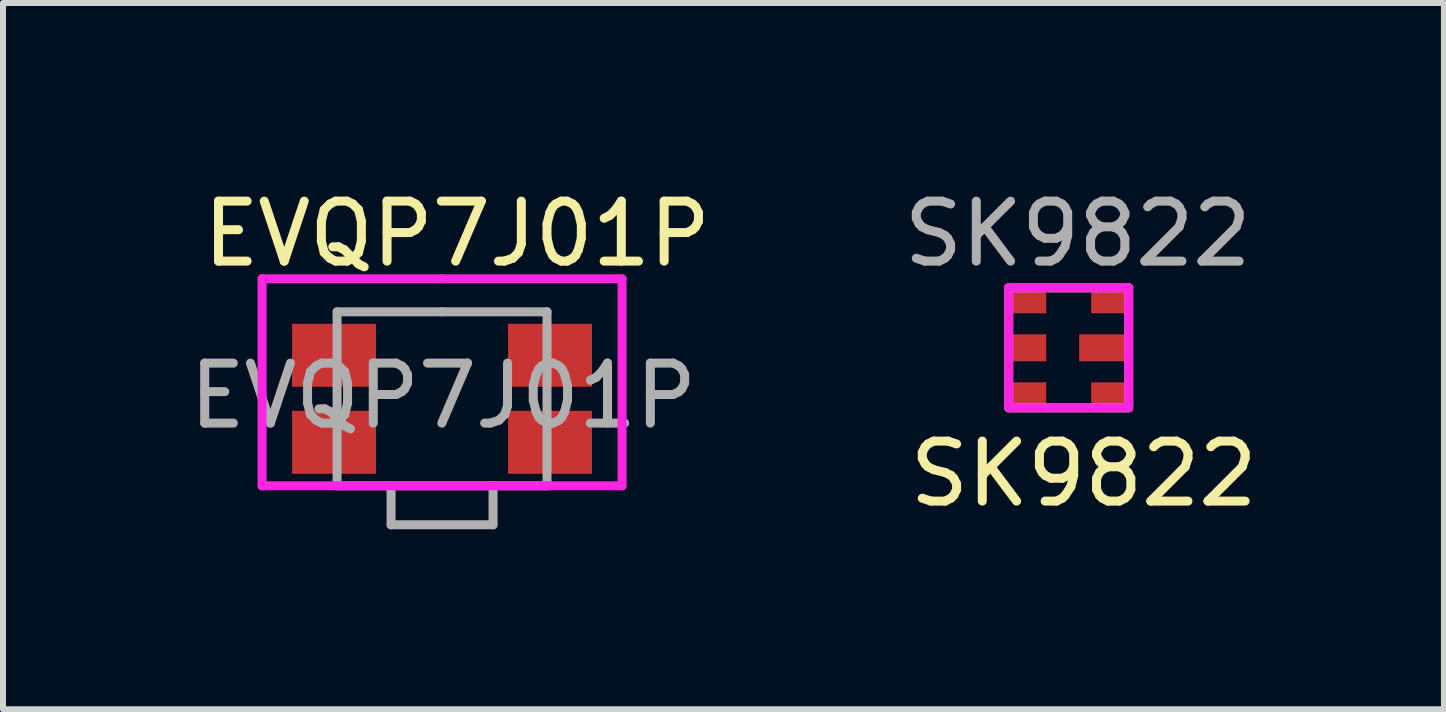
<source format=kicad_pcb>
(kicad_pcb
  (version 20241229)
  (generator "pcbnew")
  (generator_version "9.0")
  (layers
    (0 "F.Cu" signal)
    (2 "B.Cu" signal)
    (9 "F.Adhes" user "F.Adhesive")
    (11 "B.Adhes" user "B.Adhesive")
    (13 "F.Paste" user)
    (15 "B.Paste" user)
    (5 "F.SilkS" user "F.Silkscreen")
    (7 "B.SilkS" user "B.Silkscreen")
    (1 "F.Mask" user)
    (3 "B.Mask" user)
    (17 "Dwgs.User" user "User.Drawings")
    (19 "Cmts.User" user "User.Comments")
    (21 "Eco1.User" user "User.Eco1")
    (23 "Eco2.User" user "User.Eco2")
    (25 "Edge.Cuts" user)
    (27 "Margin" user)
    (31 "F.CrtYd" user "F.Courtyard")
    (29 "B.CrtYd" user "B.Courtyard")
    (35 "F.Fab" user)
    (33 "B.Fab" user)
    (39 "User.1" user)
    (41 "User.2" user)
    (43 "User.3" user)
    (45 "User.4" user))
  (footprint "EVQP7J01P"
    (layer "F.Cu")
    (at 4.369 3.598)
    (property "Reference" "EVQP7J01P" (at 0.2 -2.75 0) (layer "F.SilkS") (effects (font (size 1 1) (thickness 0.15))))
    (attr through_hole)
    (fp_line (start -3.05 -2) (end -3.05 1.45) (stroke (width 0.15) (type solid)) (layer "F.CrtYd"))
    (fp_line (start -3.05 1.45) (end 2.95 1.45) (stroke (width 0.15) (type solid)) (layer "F.CrtYd"))
    (fp_line (start -0.05 -2) (end -3.05 -2) (stroke (width 0.15) (type solid)) (layer "F.CrtYd"))
    (fp_line (start 2.95 -2) (end -0.05 -2) (stroke (width 0.15) (type solid)) (layer "F.CrtYd"))
    (fp_line (start 2.95 1.45) (end 2.95 -2) (stroke (width 0.15) (type solid)) (layer "F.CrtYd"))
    (fp_line (start -1.8 -1.45) (end -1.8 1.45) (stroke (width 0.15) (type solid)) (layer "F.Fab"))
    (fp_line (start -1.8 1.45) (end 1.7 1.45) (stroke (width 0.15) (type solid)) (layer "F.Fab"))
    (fp_line (start -0.9 2.1) (end -0.9 1.45) (stroke (width 0.15) (type solid)) (layer "F.Fab"))
    (fp_line (start -0.05 -1.45) (end -1.8 -1.45) (stroke (width 0.15) (type solid)) (layer "F.Fab"))
    (fp_line (start 0.8 1.45) (end 0.8 2.1) (stroke (width 0.15) (type solid)) (layer "F.Fab"))
    (fp_line (start 0.8 2.1) (end -0.9 2.1) (stroke (width 0.15) (type solid)) (layer "F.Fab"))
    (fp_line (start 1.7 -1.45) (end -0.05 -1.45) (stroke (width 0.15) (type solid)) (layer "F.Fab"))
    (fp_line (start 1.7 1.45) (end 1.7 -1.45) (stroke (width 0.15) (type solid)) (layer "F.Fab"))
    (fp_text user "${REFERENCE}" (at -0.03 -0.05 0) (layer "F.Fab") (effects (font (size 1 1) (thickness 0.15))))
    (pad "1" smd rect (at -1.85 -0.725) (size 1.4 1.05) (layers "F.Cu" "F.Mask" "F.Paste"))
    (pad "1*" smd rect (at 1.75 -0.725) (size 1.4 1.05) (layers "F.Cu" "F.Mask" "F.Paste"))
    (pad "2" smd rect (at -1.85 0.725) (size 1.4 1.05) (layers "F.Cu" "F.Mask" "F.Paste"))
    (pad "2*" smd rect (at 1.75 0.725) (size 1.4 1.05) (layers "F.Cu" "F.Mask" "F.Paste")))
  (footprint "SK9822"
    (layer "F.Cu")
    (at 14.765 2.748)
    (property "Reference" "SK9822" (at 0.25 2.1 0) (layer "F.SilkS") (effects (font (size 1 1) (thickness 0.15))))
    (attr through_hole)
    (fp_line (start -1 -1) (end 1 -1) (stroke (width 0.15) (type solid)) (layer "F.CrtYd"))
    (fp_line (start -1 1) (end -1 -1) (stroke (width 0.15) (type solid)) (layer "F.CrtYd"))
    (fp_line (start 1 -1) (end 1 1) (stroke (width 0.15) (type solid)) (layer "F.CrtYd"))
    (fp_line (start 1 1) (end -1 1) (stroke (width 0.15) (type solid)) (layer "F.CrtYd"))
    (fp_line (start -1 -1) (end 1 -1) (stroke (width 0.15) (type solid)) (layer "F.Fab"))
    (fp_line (start -1 1) (end -1 -1) (stroke (width 0.15) (type solid)) (layer "F.Fab"))
    (fp_line (start 1 -1) (end 1 1) (stroke (width 0.15) (type solid)) (layer "F.Fab"))
    (fp_line (start 1 1) (end -1 1) (stroke (width 0.15) (type solid)) (layer "F.Fab"))
    (fp_text user "${REFERENCE}" (at 0.15 -1.9 0) (layer "F.Fab") (effects (font (size 1 1) (thickness 0.15))))
    (pad "1" smd rect (at -0.7 -0.8) (size 0.65 0.45) (layers "F.Cu" "F.Mask" "F.Paste"))
    (pad "2" smd rect (at -0.7 0) (size 0.65 0.45) (layers "F.Cu" "F.Mask" "F.Paste"))
    (pad "3" smd rect (at -0.7 0.8) (size 0.65 0.45) (layers "F.Cu" "F.Mask" "F.Paste"))
    (pad "4" smd rect (at 0.7 0.8) (size 0.65 0.45) (layers "F.Cu" "F.Mask" "F.Paste"))
    (pad "5" smd rect (at 0.6 0) (size 0.85 0.45) (layers "F.Cu" "F.Mask" "F.Paste"))
    (pad "6" smd rect (at 0.7 -0.8) (size 0.65 0.45) (layers "F.Cu" "F.Mask" "F.Paste")))
  (gr_rect
    (start -3 -3)
    (end 21.02 8.773)
    (stroke (width 0.1) (type default))
    (fill no)
    (layer "Edge.Cuts")))
</source>
